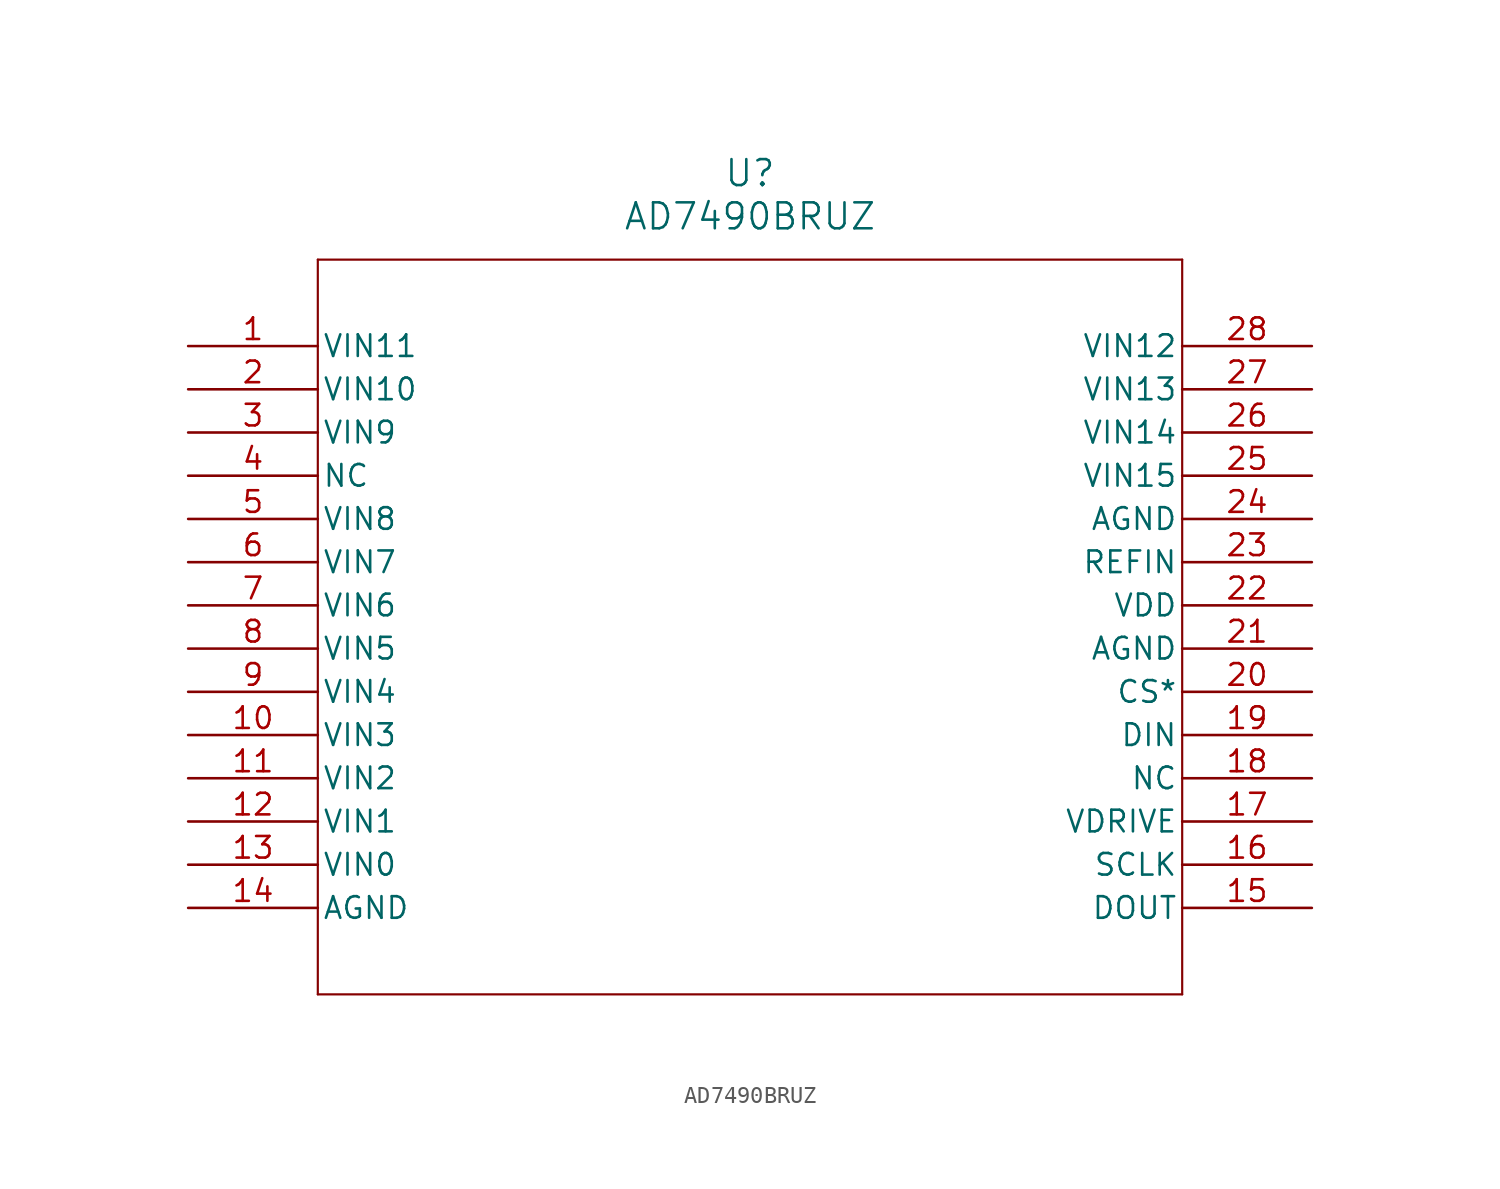
<source format=kicad_sym>
(kicad_symbol_lib
  (version 20211014)
  (generator kicad_symbol_editor)
  (symbol "AD7490BRUZ"
    (pin_names
      (offset 0.254))
    (property "Reference" "U"
      (at 33.02 10.16 0)
      (effects (font (size 1.524 1.524))))
    (property "Value" "AD7490BRUZ"
      (at 33.02 7.62 0)
      (effects (font (size 1.524 1.524))))
    (symbol "AD7490BRUZ_0_1"
      (polyline (pts (xy 7.62 5.08) (xy 7.62 -38.1)) (stroke (width 0.127) (type default) (color 0 0 0 0)) (fill (type none)))
      (polyline (pts (xy 7.62 -38.1) (xy 58.42 -38.1)) (stroke (width 0.127) (type default) (color 0 0 0 0)) (fill (type none)))
      (polyline (pts (xy 58.42 -38.1) (xy 58.42 5.08)) (stroke (width 0.127) (type default) (color 0 0 0 0)) (fill (type none)))
      (polyline (pts (xy 58.42 5.08) (xy 7.62 5.08)) (stroke (width 0.127) (type default) (color 0 0 0 0)) (fill (type none)))
      (pin unspecified line (at 0 0 0) (length 7.62) (name "VIN11" (effects (font (size 1.27 1.27)))) (number "1" (effects (font (size 1.27 1.27)))))
      (pin unspecified line (at 0 -2.54 0) (length 7.62) (name "VIN10" (effects (font (size 1.27 1.27)))) (number "2" (effects (font (size 1.27 1.27)))))
      (pin unspecified line (at 0 -5.08 0) (length 7.62) (name "VIN9" (effects (font (size 1.27 1.27)))) (number "3" (effects (font (size 1.27 1.27)))))
      (pin unspecified line (at 0 -7.62 0) (length 7.62) (name "NC" (effects (font (size 1.27 1.27)))) (number "4" (effects (font (size 1.27 1.27)))))
      (pin unspecified line (at 0 -10.16 0) (length 7.62) (name "VIN8" (effects (font (size 1.27 1.27)))) (number "5" (effects (font (size 1.27 1.27)))))
      (pin unspecified line (at 0 -12.7 0) (length 7.62) (name "VIN7" (effects (font (size 1.27 1.27)))) (number "6" (effects (font (size 1.27 1.27)))))
      (pin unspecified line (at 0 -15.24 0) (length 7.62) (name "VIN6" (effects (font (size 1.27 1.27)))) (number "7" (effects (font (size 1.27 1.27)))))
      (pin unspecified line (at 0 -17.78 0) (length 7.62) (name "VIN5" (effects (font (size 1.27 1.27)))) (number "8" (effects (font (size 1.27 1.27)))))
      (pin unspecified line (at 0 -20.32 0) (length 7.62) (name "VIN4" (effects (font (size 1.27 1.27)))) (number "9" (effects (font (size 1.27 1.27)))))
      (pin unspecified line (at 0 -22.86 0) (length 7.62) (name "VIN3" (effects (font (size 1.27 1.27)))) (number "10" (effects (font (size 1.27 1.27)))))
      (pin unspecified line (at 0 -25.4 0) (length 7.62) (name "VIN2" (effects (font (size 1.27 1.27)))) (number "11" (effects (font (size 1.27 1.27)))))
      (pin unspecified line (at 0 -27.94 0) (length 7.62) (name "VIN1" (effects (font (size 1.27 1.27)))) (number "12" (effects (font (size 1.27 1.27)))))
      (pin unspecified line (at 0 -30.48 0) (length 7.62) (name "VIN0" (effects (font (size 1.27 1.27)))) (number "13" (effects (font (size 1.27 1.27)))))
      (pin unspecified line (at 0 -33.02 0) (length 7.62) (name "AGND" (effects (font (size 1.27 1.27)))) (number "14" (effects (font (size 1.27 1.27)))))
      (pin unspecified line (at 66.04 -33.02 180) (length 7.62) (name "DOUT" (effects (font (size 1.27 1.27)))) (number "15" (effects (font (size 1.27 1.27)))))
      (pin unspecified line (at 66.04 -30.48 180) (length 7.62) (name "SCLK" (effects (font (size 1.27 1.27)))) (number "16" (effects (font (size 1.27 1.27)))))
      (pin unspecified line (at 66.04 -27.94 180) (length 7.62) (name "VDRIVE" (effects (font (size 1.27 1.27)))) (number "17" (effects (font (size 1.27 1.27)))))
      (pin unspecified line (at 66.04 -25.4 180) (length 7.62) (name "NC" (effects (font (size 1.27 1.27)))) (number "18" (effects (font (size 1.27 1.27)))))
      (pin unspecified line (at 66.04 -22.86 180) (length 7.62) (name "DIN" (effects (font (size 1.27 1.27)))) (number "19" (effects (font (size 1.27 1.27)))))
      (pin unspecified line (at 66.04 -20.32 180) (length 7.62) (name "CS*" (effects (font (size 1.27 1.27)))) (number "20" (effects (font (size 1.27 1.27)))))
      (pin unspecified line (at 66.04 -17.78 180) (length 7.62) (name "AGND" (effects (font (size 1.27 1.27)))) (number "21" (effects (font (size 1.27 1.27)))))
      (pin power_in line (at 66.04 -15.24 180) (length 7.62) (name "VDD" (effects (font (size 1.27 1.27)))) (number "22" (effects (font (size 1.27 1.27)))))
      (pin unspecified line (at 66.04 -12.7 180) (length 7.62) (name "REFIN" (effects (font (size 1.27 1.27)))) (number "23" (effects (font (size 1.27 1.27)))))
      (pin unspecified line (at 66.04 -10.16 180) (length 7.62) (name "AGND" (effects (font (size 1.27 1.27)))) (number "24" (effects (font (size 1.27 1.27)))))
      (pin unspecified line (at 66.04 -7.62 180) (length 7.62) (name "VIN15" (effects (font (size 1.27 1.27)))) (number "25" (effects (font (size 1.27 1.27)))))
      (pin unspecified line (at 66.04 -5.08 180) (length 7.62) (name "VIN14" (effects (font (size 1.27 1.27)))) (number "26" (effects (font (size 1.27 1.27)))))
      (pin unspecified line (at 66.04 -2.54 180) (length 7.62) (name "VIN13" (effects (font (size 1.27 1.27)))) (number "27" (effects (font (size 1.27 1.27)))))
      (pin unspecified line (at 66.04 0 180) (length 7.62) (name "VIN12" (effects (font (size 1.27 1.27)))) (number "28" (effects (font (size 1.27 1.27))))))))
</source>
